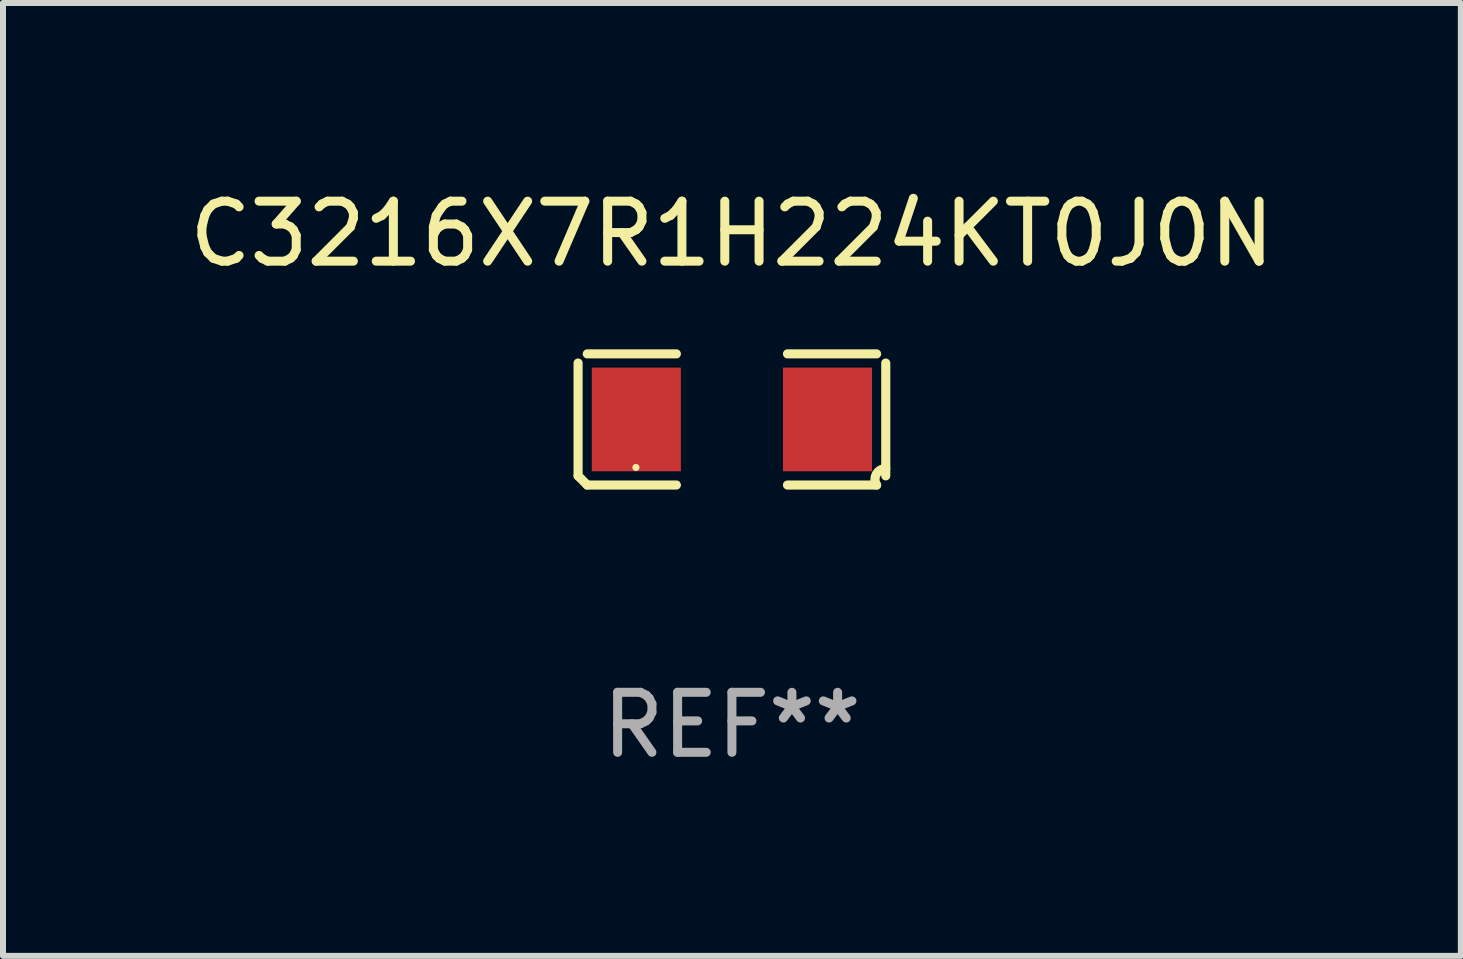
<source format=kicad_pcb>
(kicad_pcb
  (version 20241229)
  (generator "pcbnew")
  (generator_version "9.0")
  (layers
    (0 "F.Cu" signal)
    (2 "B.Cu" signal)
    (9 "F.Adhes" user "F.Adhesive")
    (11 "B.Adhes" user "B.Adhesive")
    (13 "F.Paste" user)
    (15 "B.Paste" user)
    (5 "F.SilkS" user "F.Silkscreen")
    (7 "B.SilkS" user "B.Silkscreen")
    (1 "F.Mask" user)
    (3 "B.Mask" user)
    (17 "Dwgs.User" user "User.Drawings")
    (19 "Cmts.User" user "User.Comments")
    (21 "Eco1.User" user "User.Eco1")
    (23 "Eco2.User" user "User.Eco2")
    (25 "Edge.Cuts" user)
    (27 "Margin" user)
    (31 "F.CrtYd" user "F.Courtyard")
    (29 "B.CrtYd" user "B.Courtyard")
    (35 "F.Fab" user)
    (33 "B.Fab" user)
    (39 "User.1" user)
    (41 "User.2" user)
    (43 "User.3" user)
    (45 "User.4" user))
  (footprint "C3216X7R1H224KT0J0N"
    (layer "F.Cu")
    (at 9.149 3.941)
    (property "Reference" "C3216X7R1H224KT0J0N" (at 0 -3.093 0) (layer "F.SilkS") (effects (font (size 1 1) (thickness 0.15))))
    (attr through_hole)
    (fp_line (start -2.564 0.94) (end -2.564 -0.94) (stroke (width 0.152) (type solid)) (layer "F.SilkS"))
    (fp_line (start -2.411 -1.093) (end -0.926 -1.093) (stroke (width 0.152) (type solid)) (layer "F.SilkS"))
    (fp_line (start -0.926 1.093) (end -2.411 1.093) (stroke (width 0.152) (type solid)) (layer "F.SilkS"))
    (fp_line (start 0.926 1.093) (end 2.411 1.093) (stroke (width 0.152) (type solid)) (layer "F.SilkS"))
    (fp_line (start 2.411 -1.093) (end 0.926 -1.093) (stroke (width 0.152) (type solid)) (layer "F.SilkS"))
    (fp_line (start 2.564 0.94) (end 2.564 -0.94) (stroke (width 0.152) (type solid)) (layer "F.SilkS"))
    (fp_arc (start -2.411201 1.092609) (mid -2.487413 1.01642) (end -2.563602 0.940208) (stroke (width 0.1524) (type solid)) (layer "F.SilkS"))
    (fp_arc (start 2.411201 1.092609) (mid 2.407159 0.911226) (end 2.563602 0.819347) (stroke (width 0.1524) (type solid)) (layer "F.SilkS"))
    (fp_circle (center -1.6 0.8) (end -1.57 0.8) (stroke (width 0.06) (type solid)) (fill no) (layer "F.SilkS"))
    (fp_text user "REF**" (at 0 5.093 0) (layer "F.Fab") (effects (font (size 1 1) (thickness 0.15))))
    (pad "1" smd rect (at -1.593 0) (size 1.485 1.728) (layers "F.Cu" "F.Mask" "F.Paste"))
    (pad "2" smd rect (at 1.593 0) (size 1.485 1.728) (layers "F.Cu" "F.Mask" "F.Paste")))
  (gr_rect
    (start -3 -3)
    (end 21.298 12.882)
    (stroke (width 0.1) (type default))
    (fill no)
    (layer "Edge.Cuts")))
</source>
